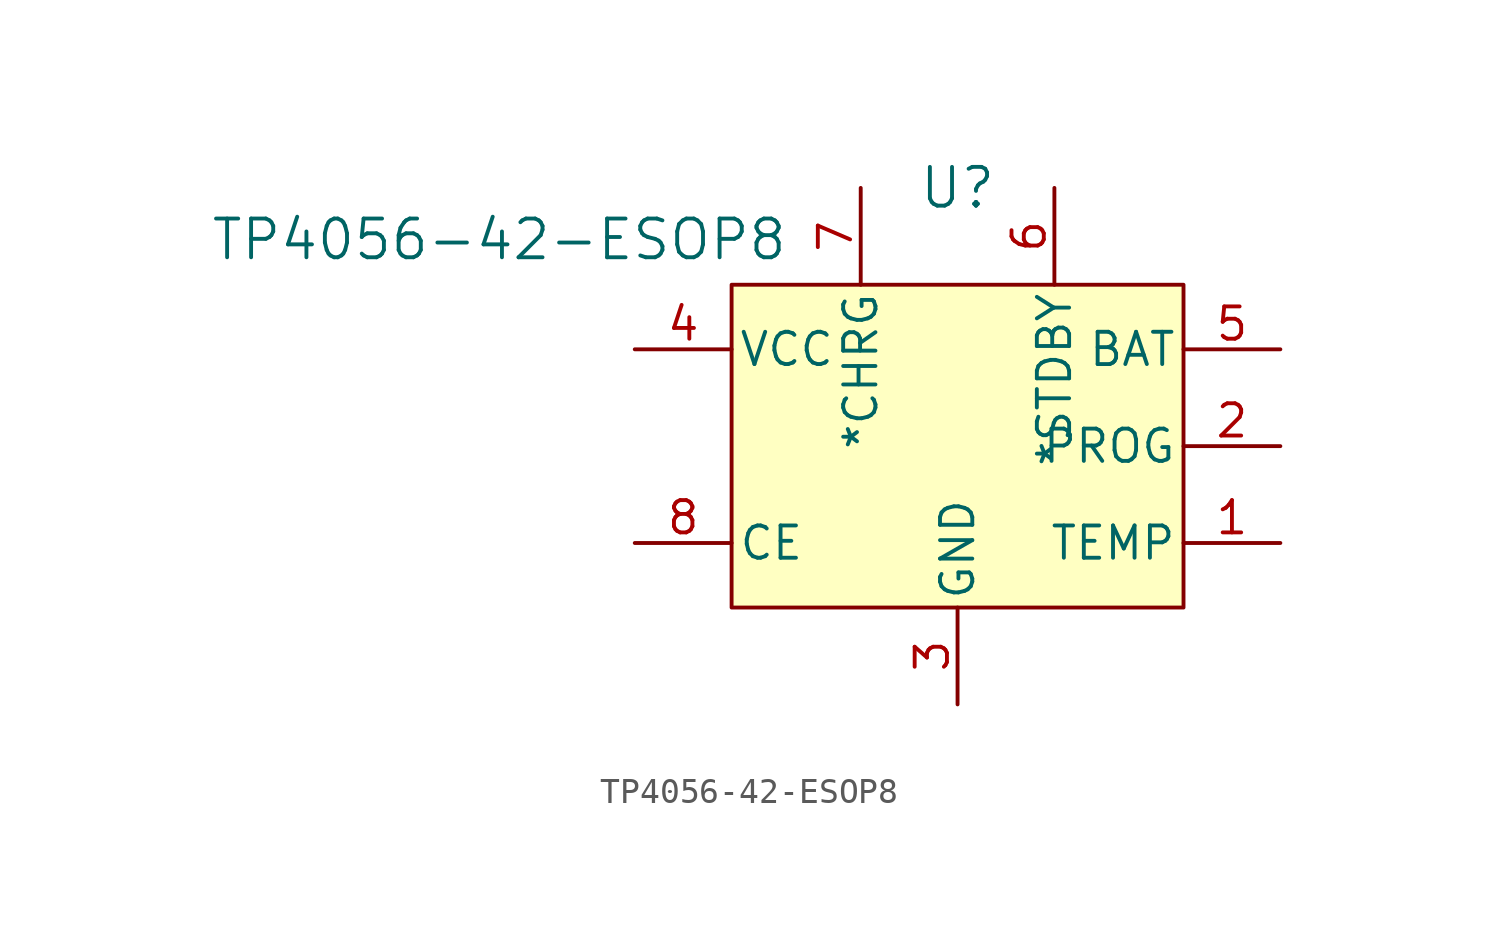
<source format=kicad_sym>
(kicad_symbol_lib
  (version 20231120)
  (generator "kicad_symbol_editor")
  (generator_version "8.0")
  (symbol "TP4056-42-ESOP8"
    (pin_names
      (offset 0.254))
    (property "Reference" "U"
      (at 22.86 10.16 0)
      (effects (font (size 1.524 1.524))))
    (property "Value" "TP4056-42-ESOP8"
      (at 4.826 8.128 0)
      (effects (font (size 1.524 1.524))))
    (property "ki_locked" ""
      (at 0 0 0)
      (effects (font (size 1.27 1.27))))
    (symbol "TP4056-42-ESOP8_1_1"
      (rectangle (start 13.97 6.35) (end 31.75 -6.35) (stroke (width 0) (type default)) (fill (type background)))
      (pin unspecified line (at 35.56 -3.81 180) (length 3.81) (name "TEMP" (effects (font (size 1.27 1.27)))) (number "1" (effects (font (size 1.27 1.27)))))
      (pin unspecified line (at 35.56 0 180) (length 3.81) (name "PROG" (effects (font (size 1.27 1.27)))) (number "2" (effects (font (size 1.27 1.27)))))
      (pin power_out line (at 22.86 -10.16 90) (length 3.81) (name "GND" (effects (font (size 1.27 1.27)))) (number "3" (effects (font (size 1.27 1.27)))))
      (pin power_in line (at 10.16 3.81 0) (length 3.81) (name "VCC" (effects (font (size 1.27 1.27)))) (number "4" (effects (font (size 1.27 1.27)))))
      (pin unspecified line (at 35.56 3.81 180) (length 3.81) (name "BAT" (effects (font (size 1.27 1.27)))) (number "5" (effects (font (size 1.27 1.27)))))
      (pin unspecified line (at 26.67 10.16 270) (length 3.81) (name "*STDBY" (effects (font (size 1.27 1.27)))) (number "6" (effects (font (size 1.27 1.27)))))
      (pin unspecified line (at 19.05 10.16 270) (length 3.81) (name "*CHRG" (effects (font (size 1.27 1.27)))) (number "7" (effects (font (size 1.27 1.27)))))
      (pin unspecified line (at 10.16 -3.81 0) (length 3.81) (name "CE" (effects (font (size 1.27 1.27)))) (number "8" (effects (font (size 1.27 1.27))))))))
</source>
